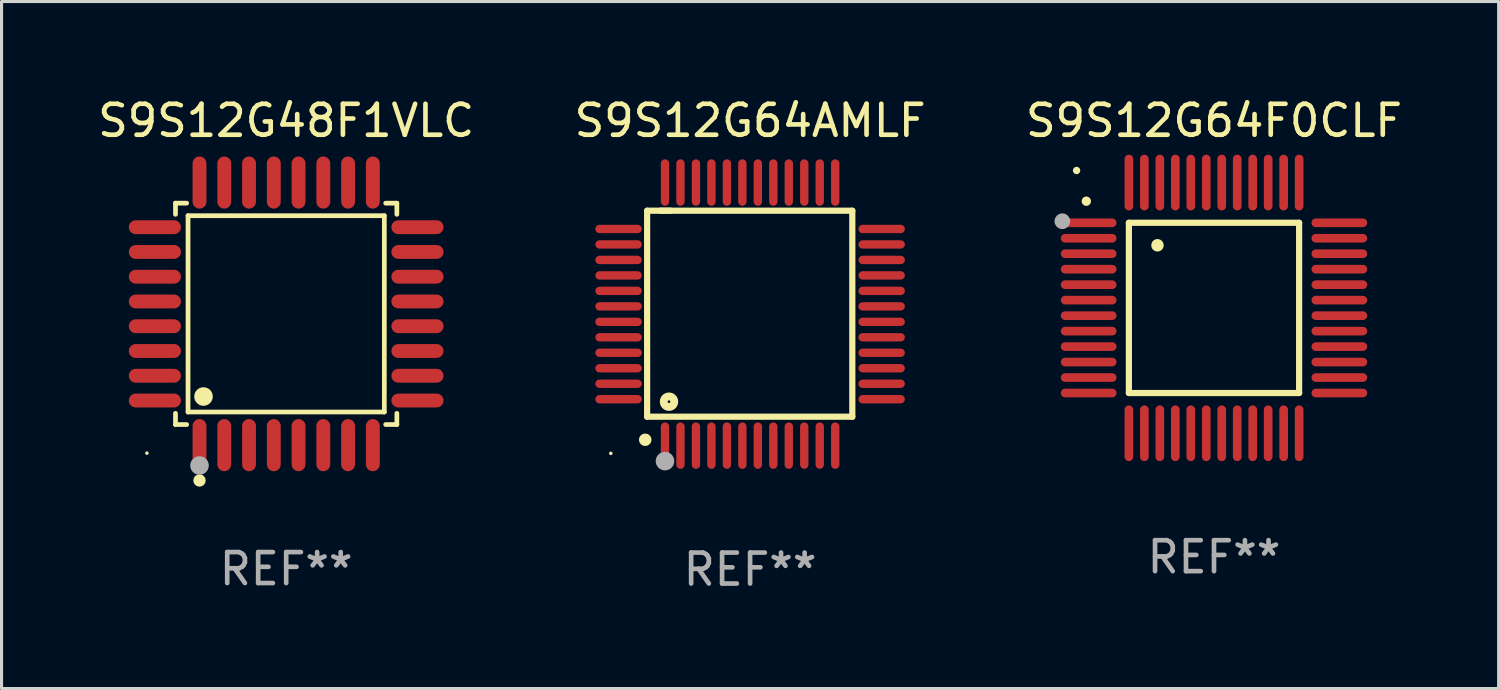
<source format=kicad_pcb>
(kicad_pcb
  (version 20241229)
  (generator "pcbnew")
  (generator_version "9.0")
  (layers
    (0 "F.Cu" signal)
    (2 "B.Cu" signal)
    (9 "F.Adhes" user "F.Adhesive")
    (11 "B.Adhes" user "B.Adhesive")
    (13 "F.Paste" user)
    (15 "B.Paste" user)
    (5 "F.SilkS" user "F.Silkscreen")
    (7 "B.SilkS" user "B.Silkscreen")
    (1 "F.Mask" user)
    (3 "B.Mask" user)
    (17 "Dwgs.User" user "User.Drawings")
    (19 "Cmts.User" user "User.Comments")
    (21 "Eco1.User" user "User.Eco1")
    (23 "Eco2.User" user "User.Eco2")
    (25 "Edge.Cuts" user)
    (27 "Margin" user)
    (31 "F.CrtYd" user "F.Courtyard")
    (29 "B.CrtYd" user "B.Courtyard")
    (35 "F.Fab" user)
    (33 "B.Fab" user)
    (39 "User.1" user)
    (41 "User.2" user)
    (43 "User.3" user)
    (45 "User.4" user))
  (footprint "S9S12G64AMLF"
    (layer "F.Cu")
    (at 21.185 7.098)
    (property "Reference" "S9S12G64AMLF" (at 0 -6.25 0) (layer "F.SilkS") (effects (font (size 1 1) (thickness 0.15))))
    (attr through_hole)
    (fp_line (start -3.327 -3.34) (end -2.565 -3.34) (stroke (width 0.2) (type solid)) (layer "F.SilkS"))
    (fp_line (start -3.327 3.315) (end -3.327 -3.34) (stroke (width 0.2) (type solid)) (layer "F.SilkS"))
    (fp_line (start -2.896 -3.34) (end 3.302 -3.34) (stroke (width 0.2) (type solid)) (layer "F.SilkS"))
    (fp_line (start 3.302 -3.34) (end 3.302 3.315) (stroke (width 0.2) (type solid)) (layer "F.SilkS"))
    (fp_line (start 3.302 3.315) (end -3.327 3.315) (stroke (width 0.2) (type solid)) (layer "F.SilkS"))
    (fp_arc (start -3.389992 4.059995) (mid -3.388722 4.059991) (end -3.387452 4.059995) (stroke (width 0.4) (type solid)) (layer "F.SilkS"))
    (fp_circle (center -4.5 4.5) (end -4.47 4.5) (stroke (width 0.06) (type solid)) (fill no) (layer "F.SilkS"))
    (fp_circle (center -2.62 2.83) (end -2.45 2.83) (stroke (width 0.254) (type solid)) (fill no) (layer "F.SilkS"))
    (fp_circle (center -2.75 4.75) (end -2.6 4.75) (stroke (width 0.3) (type solid)) (fill no) (layer "F.Fab"))
    (fp_text user "REF**" (at 0 8.25 0) (layer "F.Fab") (effects (font (size 1 1) (thickness 0.15))))
    (pad "1" smd oval (at -2.75 4.25) (size 0.27 1.5) (layers "F.Cu" "F.Mask" "F.Paste"))
    (pad "2" smd oval (at -2.25 4.25) (size 0.27 1.5) (layers "F.Cu" "F.Mask" "F.Paste"))
    (pad "3" smd oval (at -1.75 4.25) (size 0.27 1.5) (layers "F.Cu" "F.Mask" "F.Paste"))
    (pad "4" smd oval (at -1.25 4.25) (size 0.27 1.5) (layers "F.Cu" "F.Mask" "F.Paste"))
    (pad "5" smd oval (at -0.75 4.25) (size 0.27 1.5) (layers "F.Cu" "F.Mask" "F.Paste"))
    (pad "6" smd oval (at -0.25 4.25) (size 0.27 1.5) (layers "F.Cu" "F.Mask" "F.Paste"))
    (pad "7" smd oval (at 0.25 4.25) (size 0.27 1.5) (layers "F.Cu" "F.Mask" "F.Paste"))
    (pad "8" smd oval (at 0.75 4.25) (size 0.27 1.5) (layers "F.Cu" "F.Mask" "F.Paste"))
    (pad "9" smd oval (at 1.25 4.25) (size 0.27 1.5) (layers "F.Cu" "F.Mask" "F.Paste"))
    (pad "10" smd oval (at 1.75 4.25) (size 0.27 1.5) (layers "F.Cu" "F.Mask" "F.Paste"))
    (pad "11" smd oval (at 2.25 4.25) (size 0.27 1.5) (layers "F.Cu" "F.Mask" "F.Paste"))
    (pad "12" smd oval (at 2.75 4.25) (size 0.27 1.5) (layers "F.Cu" "F.Mask" "F.Paste"))
    (pad "13" smd oval (at 4.25 2.75) (size 1.5 0.27) (layers "F.Cu" "F.Mask" "F.Paste"))
    (pad "14" smd oval (at 4.25 2.25) (size 1.5 0.27) (layers "F.Cu" "F.Mask" "F.Paste"))
    (pad "15" smd oval (at 4.25 1.75) (size 1.5 0.27) (layers "F.Cu" "F.Mask" "F.Paste"))
    (pad "16" smd oval (at 4.25 1.25) (size 1.5 0.27) (layers "F.Cu" "F.Mask" "F.Paste"))
    (pad "17" smd oval (at 4.25 0.75) (size 1.5 0.27) (layers "F.Cu" "F.Mask" "F.Paste"))
    (pad "18" smd oval (at 4.25 0.25) (size 1.5 0.27) (layers "F.Cu" "F.Mask" "F.Paste"))
    (pad "19" smd oval (at 4.25 -0.25) (size 1.5 0.27) (layers "F.Cu" "F.Mask" "F.Paste"))
    (pad "20" smd oval (at 4.25 -0.75) (size 1.5 0.27) (layers "F.Cu" "F.Mask" "F.Paste"))
    (pad "21" smd oval (at 4.25 -1.25) (size 1.5 0.27) (layers "F.Cu" "F.Mask" "F.Paste"))
    (pad "22" smd oval (at 4.25 -1.75) (size 1.5 0.27) (layers "F.Cu" "F.Mask" "F.Paste"))
    (pad "23" smd oval (at 4.25 -2.25) (size 1.5 0.27) (layers "F.Cu" "F.Mask" "F.Paste"))
    (pad "24" smd oval (at 4.25 -2.75) (size 1.5 0.27) (layers "F.Cu" "F.Mask" "F.Paste"))
    (pad "25" smd oval (at 2.75 -4.25) (size 0.27 1.5) (layers "F.Cu" "F.Mask" "F.Paste"))
    (pad "26" smd oval (at 2.25 -4.25) (size 0.27 1.5) (layers "F.Cu" "F.Mask" "F.Paste"))
    (pad "27" smd oval (at 1.75 -4.25) (size 0.27 1.5) (layers "F.Cu" "F.Mask" "F.Paste"))
    (pad "28" smd oval (at 1.25 -4.25) (size 0.27 1.5) (layers "F.Cu" "F.Mask" "F.Paste"))
    (pad "29" smd oval (at 0.75 -4.25) (size 0.27 1.5) (layers "F.Cu" "F.Mask" "F.Paste"))
    (pad "30" smd oval (at 0.25 -4.25) (size 0.27 1.5) (layers "F.Cu" "F.Mask" "F.Paste"))
    (pad "31" smd oval (at -0.25 -4.25) (size 0.27 1.5) (layers "F.Cu" "F.Mask" "F.Paste"))
    (pad "32" smd oval (at -0.75 -4.25) (size 0.27 1.5) (layers "F.Cu" "F.Mask" "F.Paste"))
    (pad "33" smd oval (at -1.25 -4.25) (size 0.27 1.5) (layers "F.Cu" "F.Mask" "F.Paste"))
    (pad "34" smd oval (at -1.75 -4.25) (size 0.27 1.5) (layers "F.Cu" "F.Mask" "F.Paste"))
    (pad "35" smd oval (at -2.25 -4.25) (size 0.27 1.5) (layers "F.Cu" "F.Mask" "F.Paste"))
    (pad "36" smd oval (at -2.75 -4.25) (size 0.27 1.5) (layers "F.Cu" "F.Mask" "F.Paste"))
    (pad "37" smd oval (at -4.25 -2.75) (size 1.5 0.27) (layers "F.Cu" "F.Mask" "F.Paste"))
    (pad "38" smd oval (at -4.25 -2.25) (size 1.5 0.27) (layers "F.Cu" "F.Mask" "F.Paste"))
    (pad "39" smd oval (at -4.25 -1.75) (size 1.5 0.27) (layers "F.Cu" "F.Mask" "F.Paste"))
    (pad "40" smd oval (at -4.25 -1.25) (size 1.5 0.27) (layers "F.Cu" "F.Mask" "F.Paste"))
    (pad "41" smd oval (at -4.25 -0.75) (size 1.5 0.27) (layers "F.Cu" "F.Mask" "F.Paste"))
    (pad "42" smd oval (at -4.25 -0.25) (size 1.5 0.27) (layers "F.Cu" "F.Mask" "F.Paste"))
    (pad "43" smd oval (at -4.25 0.25) (size 1.5 0.27) (layers "F.Cu" "F.Mask" "F.Paste"))
    (pad "44" smd oval (at -4.25 0.75) (size 1.5 0.27) (layers "F.Cu" "F.Mask" "F.Paste"))
    (pad "45" smd oval (at -4.25 1.25) (size 1.5 0.27) (layers "F.Cu" "F.Mask" "F.Paste"))
    (pad "46" smd oval (at -4.25 1.75) (size 1.5 0.27) (layers "F.Cu" "F.Mask" "F.Paste"))
    (pad "47" smd oval (at -4.25 2.25) (size 1.5 0.27) (layers "F.Cu" "F.Mask" "F.Paste"))
    (pad "48" smd oval (at -4.25 2.75) (size 1.5 0.27) (layers "F.Cu" "F.Mask" "F.Paste")))
  (footprint "S9S12G48F1VLC"
    (layer "F.Cu")
    (at 6.196 7.09)
    (property "Reference" "S9S12G48F1VLC" (at 0 -6.242 0) (layer "F.SilkS") (effects (font (size 1 1) (thickness 0.15))))
    (attr through_hole)
    (fp_line (start -3.576 -3.576) (end -3.215 -3.576) (stroke (width 0.152) (type solid)) (layer "F.SilkS"))
    (fp_line (start -3.576 -3.215) (end -3.576 -3.576) (stroke (width 0.152) (type solid)) (layer "F.SilkS"))
    (fp_line (start -3.576 3.215) (end -3.576 3.576) (stroke (width 0.152) (type solid)) (layer "F.SilkS"))
    (fp_line (start -3.576 3.576) (end -3.215 3.576) (stroke (width 0.152) (type solid)) (layer "F.SilkS"))
    (fp_line (start -3.171 -3.171) (end 3.171 -3.171) (stroke (width 0.152) (type solid)) (layer "F.SilkS"))
    (fp_line (start -3.171 3.171) (end -3.171 -3.171) (stroke (width 0.152) (type solid)) (layer "F.SilkS"))
    (fp_line (start 3.171 -3.171) (end 3.171 3.171) (stroke (width 0.152) (type solid)) (layer "F.SilkS"))
    (fp_line (start 3.171 3.171) (end -3.171 3.171) (stroke (width 0.152) (type solid)) (layer "F.SilkS"))
    (fp_line (start 3.576 -3.576) (end 3.215 -3.576) (stroke (width 0.152) (type solid)) (layer "F.SilkS"))
    (fp_line (start 3.576 -3.215) (end 3.576 -3.576) (stroke (width 0.152) (type solid)) (layer "F.SilkS"))
    (fp_line (start 3.576 3.215) (end 3.576 3.576) (stroke (width 0.152) (type solid)) (layer "F.SilkS"))
    (fp_line (start 3.576 3.576) (end 3.215 3.576) (stroke (width 0.152) (type solid)) (layer "F.SilkS"))
    (fp_circle (center -4.5 4.5) (end -4.47 4.5) (stroke (width 0.06) (type solid)) (fill no) (layer "F.SilkS"))
    (fp_circle (center -2.8 5.384) (end -2.7 5.384) (stroke (width 0.2) (type solid)) (fill no) (layer "F.SilkS"))
    (fp_circle (center -2.671 2.671) (end -2.521 2.671) (stroke (width 0.3) (type solid)) (fill no) (layer "F.SilkS"))
    (fp_circle (center -2.8 4.9) (end -2.65 4.9) (stroke (width 0.3) (type solid)) (fill no) (layer "F.Fab"))
    (fp_text user "REF**" (at 0 8.242 0) (layer "F.Fab") (effects (font (size 1 1) (thickness 0.15))))
    (pad "1" smd oval (at -2.8 4.242) (size 0.448 1.684) (layers "F.Cu" "F.Mask" "F.Paste"))
    (pad "2" smd oval (at -2 4.242) (size 0.448 1.684) (layers "F.Cu" "F.Mask" "F.Paste"))
    (pad "3" smd oval (at -1.2 4.242) (size 0.448 1.684) (layers "F.Cu" "F.Mask" "F.Paste"))
    (pad "4" smd oval (at -0.4 4.242) (size 0.448 1.684) (layers "F.Cu" "F.Mask" "F.Paste"))
    (pad "5" smd oval (at 0.4 4.242) (size 0.448 1.684) (layers "F.Cu" "F.Mask" "F.Paste"))
    (pad "6" smd oval (at 1.2 4.242) (size 0.448 1.684) (layers "F.Cu" "F.Mask" "F.Paste"))
    (pad "7" smd oval (at 2 4.242) (size 0.448 1.684) (layers "F.Cu" "F.Mask" "F.Paste"))
    (pad "8" smd oval (at 2.8 4.242) (size 0.448 1.684) (layers "F.Cu" "F.Mask" "F.Paste"))
    (pad "9" smd oval (at 4.242 2.8) (size 1.684 0.448) (layers "F.Cu" "F.Mask" "F.Paste"))
    (pad "10" smd oval (at 4.242 2) (size 1.684 0.448) (layers "F.Cu" "F.Mask" "F.Paste"))
    (pad "11" smd oval (at 4.242 1.2) (size 1.684 0.448) (layers "F.Cu" "F.Mask" "F.Paste"))
    (pad "12" smd oval (at 4.242 0.4) (size 1.684 0.448) (layers "F.Cu" "F.Mask" "F.Paste"))
    (pad "13" smd oval (at 4.242 -0.4) (size 1.684 0.448) (layers "F.Cu" "F.Mask" "F.Paste"))
    (pad "14" smd oval (at 4.242 -1.2) (size 1.684 0.448) (layers "F.Cu" "F.Mask" "F.Paste"))
    (pad "15" smd oval (at 4.242 -2) (size 1.684 0.448) (layers "F.Cu" "F.Mask" "F.Paste"))
    (pad "16" smd oval (at 4.242 -2.8) (size 1.684 0.448) (layers "F.Cu" "F.Mask" "F.Paste"))
    (pad "17" smd oval (at 2.8 -4.242) (size 0.448 1.684) (layers "F.Cu" "F.Mask" "F.Paste"))
    (pad "18" smd oval (at 2 -4.242) (size 0.448 1.684) (layers "F.Cu" "F.Mask" "F.Paste"))
    (pad "19" smd oval (at 1.2 -4.242) (size 0.448 1.684) (layers "F.Cu" "F.Mask" "F.Paste"))
    (pad "20" smd oval (at 0.4 -4.242) (size 0.448 1.684) (layers "F.Cu" "F.Mask" "F.Paste"))
    (pad "21" smd oval (at -0.4 -4.242) (size 0.448 1.684) (layers "F.Cu" "F.Mask" "F.Paste"))
    (pad "22" smd oval (at -1.2 -4.242) (size 0.448 1.684) (layers "F.Cu" "F.Mask" "F.Paste"))
    (pad "23" smd oval (at -2 -4.242) (size 0.448 1.684) (layers "F.Cu" "F.Mask" "F.Paste"))
    (pad "24" smd oval (at -2.8 -4.242) (size 0.448 1.684) (layers "F.Cu" "F.Mask" "F.Paste"))
    (pad "25" smd oval (at -4.242 -2.8) (size 1.684 0.448) (layers "F.Cu" "F.Mask" "F.Paste"))
    (pad "26" smd oval (at -4.242 -2) (size 1.684 0.448) (layers "F.Cu" "F.Mask" "F.Paste"))
    (pad "27" smd oval (at -4.242 -1.2) (size 1.684 0.448) (layers "F.Cu" "F.Mask" "F.Paste"))
    (pad "28" smd oval (at -4.242 -0.4) (size 1.684 0.448) (layers "F.Cu" "F.Mask" "F.Paste"))
    (pad "29" smd oval (at -4.242 0.4) (size 1.684 0.448) (layers "F.Cu" "F.Mask" "F.Paste"))
    (pad "30" smd oval (at -4.242 1.2) (size 1.684 0.448) (layers "F.Cu" "F.Mask" "F.Paste"))
    (pad "31" smd oval (at -4.242 2) (size 1.684 0.448) (layers "F.Cu" "F.Mask" "F.Paste"))
    (pad "32" smd oval (at -4.242 2.8) (size 1.684 0.448) (layers "F.Cu" "F.Mask" "F.Paste")))
  (footprint "S9S12G64F0CLF"
    (layer "F.Cu")
    (at 36.173 6.898)
    (property "Reference" "S9S12G64F0CLF" (at 0 -6.05 0) (layer "F.SilkS") (effects (font (size 1 1) (thickness 0.15))))
    (attr through_hole)
    (fp_line (start -2.75 -2.75) (end 2.75 -2.75) (stroke (width 0.2) (type solid)) (layer "F.SilkS"))
    (fp_line (start -2.75 2.75) (end -2.75 -2.75) (stroke (width 0.2) (type solid)) (layer "F.SilkS"))
    (fp_line (start 2.75 -2.75) (end 2.75 2.75) (stroke (width 0.2) (type solid)) (layer "F.SilkS"))
    (fp_line (start 2.75 2.75) (end -2.75 2.75) (stroke (width 0.2) (type solid)) (layer "F.SilkS"))
    (fp_arc (start -4.124968 -3.446787) (mid -4.124973 -3.448057) (end -4.124968 -3.449327) (stroke (width 0.3) (type solid)) (layer "F.SilkS"))
    (fp_arc (start -1.826264 -2.021844) (mid -1.826268 -2.023114) (end -1.826264 -2.024384) (stroke (width 0.4) (type solid)) (layer "F.SilkS"))
    (fp_circle (center -4.44 -4.44) (end -4.38 -4.44) (stroke (width 0.12) (type solid)) (fill no) (layer "F.SilkS"))
    (fp_circle (center -4.9 -2.8) (end -4.773 -2.8) (stroke (width 0.254) (type solid)) (fill no) (layer "F.Fab"))
    (fp_text user "REF**" (at 0 8.05 0) (layer "F.Fab") (effects (font (size 1 1) (thickness 0.15))))
    (pad "1" smd oval (at -4.05 -2.75 90) (size 0.28 1.8) (layers "F.Cu" "F.Mask" "F.Paste"))
    (pad "2" smd oval (at -4.05 -2.25 90) (size 0.28 1.8) (layers "F.Cu" "F.Mask" "F.Paste"))
    (pad "3" smd oval (at -4.05 -1.75 90) (size 0.28 1.8) (layers "F.Cu" "F.Mask" "F.Paste"))
    (pad "4" smd oval (at -4.05 -1.25 90) (size 0.28 1.8) (layers "F.Cu" "F.Mask" "F.Paste"))
    (pad "5" smd oval (at -4.05 -0.75 90) (size 0.28 1.8) (layers "F.Cu" "F.Mask" "F.Paste"))
    (pad "6" smd oval (at -4.05 -0.25 90) (size 0.28 1.8) (layers "F.Cu" "F.Mask" "F.Paste"))
    (pad "7" smd oval (at -4.05 0.25 90) (size 0.28 1.8) (layers "F.Cu" "F.Mask" "F.Paste"))
    (pad "8" smd oval (at -4.05 0.75 90) (size 0.28 1.8) (layers "F.Cu" "F.Mask" "F.Paste"))
    (pad "9" smd oval (at -4.05 1.25 90) (size 0.28 1.8) (layers "F.Cu" "F.Mask" "F.Paste"))
    (pad "10" smd oval (at -4.05 1.75 90) (size 0.28 1.8) (layers "F.Cu" "F.Mask" "F.Paste"))
    (pad "11" smd oval (at -4.05 2.25 90) (size 0.28 1.8) (layers "F.Cu" "F.Mask" "F.Paste"))
    (pad "12" smd oval (at -4.05 2.75 90) (size 0.28 1.8) (layers "F.Cu" "F.Mask" "F.Paste"))
    (pad "13" smd oval (at -2.75 4.05) (size 0.28 1.8) (layers "F.Cu" "F.Mask" "F.Paste"))
    (pad "14" smd oval (at -2.25 4.05) (size 0.28 1.8) (layers "F.Cu" "F.Mask" "F.Paste"))
    (pad "15" smd oval (at -1.75 4.05) (size 0.28 1.8) (layers "F.Cu" "F.Mask" "F.Paste"))
    (pad "16" smd oval (at -1.25 4.05) (size 0.28 1.8) (layers "F.Cu" "F.Mask" "F.Paste"))
    (pad "17" smd oval (at -0.75 4.05) (size 0.28 1.8) (layers "F.Cu" "F.Mask" "F.Paste"))
    (pad "18" smd oval (at -0.25 4.05) (size 0.28 1.8) (layers "F.Cu" "F.Mask" "F.Paste"))
    (pad "19" smd oval (at 0.25 4.05) (size 0.28 1.8) (layers "F.Cu" "F.Mask" "F.Paste"))
    (pad "20" smd oval (at 0.75 4.05) (size 0.28 1.8) (layers "F.Cu" "F.Mask" "F.Paste"))
    (pad "21" smd oval (at 1.25 4.05) (size 0.28 1.8) (layers "F.Cu" "F.Mask" "F.Paste"))
    (pad "22" smd oval (at 1.75 4.05) (size 0.28 1.8) (layers "F.Cu" "F.Mask" "F.Paste"))
    (pad "23" smd oval (at 2.25 4.05) (size 0.28 1.8) (layers "F.Cu" "F.Mask" "F.Paste"))
    (pad "24" smd oval (at 2.75 4.05) (size 0.28 1.8) (layers "F.Cu" "F.Mask" "F.Paste"))
    (pad "25" smd oval (at 4.05 2.75 90) (size 0.28 1.8) (layers "F.Cu" "F.Mask" "F.Paste"))
    (pad "26" smd oval (at 4.05 2.25 90) (size 0.28 1.8) (layers "F.Cu" "F.Mask" "F.Paste"))
    (pad "27" smd oval (at 4.05 1.75 90) (size 0.28 1.8) (layers "F.Cu" "F.Mask" "F.Paste"))
    (pad "28" smd oval (at 4.05 1.25 90) (size 0.28 1.8) (layers "F.Cu" "F.Mask" "F.Paste"))
    (pad "29" smd oval (at 4.05 0.75 90) (size 0.28 1.8) (layers "F.Cu" "F.Mask" "F.Paste"))
    (pad "30" smd oval (at 4.05 0.25 90) (size 0.28 1.8) (layers "F.Cu" "F.Mask" "F.Paste"))
    (pad "31" smd oval (at 4.05 -0.25 90) (size 0.28 1.8) (layers "F.Cu" "F.Mask" "F.Paste"))
    (pad "32" smd oval (at 4.05 -0.75 90) (size 0.28 1.8) (layers "F.Cu" "F.Mask" "F.Paste"))
    (pad "33" smd oval (at 4.05 -1.25 90) (size 0.28 1.8) (layers "F.Cu" "F.Mask" "F.Paste"))
    (pad "34" smd oval (at 4.05 -1.75 90) (size 0.28 1.8) (layers "F.Cu" "F.Mask" "F.Paste"))
    (pad "35" smd oval (at 4.05 -2.25 90) (size 0.28 1.8) (layers "F.Cu" "F.Mask" "F.Paste"))
    (pad "36" smd oval (at 4.05 -2.75 90) (size 0.28 1.8) (layers "F.Cu" "F.Mask" "F.Paste"))
    (pad "37" smd oval (at 2.75 -4.05) (size 0.28 1.8) (layers "F.Cu" "F.Mask" "F.Paste"))
    (pad "38" smd oval (at 2.25 -4.05) (size 0.28 1.8) (layers "F.Cu" "F.Mask" "F.Paste"))
    (pad "39" smd oval (at 1.75 -4.05) (size 0.28 1.8) (layers "F.Cu" "F.Mask" "F.Paste"))
    (pad "40" smd oval (at 1.25 -4.05) (size 0.28 1.8) (layers "F.Cu" "F.Mask" "F.Paste"))
    (pad "41" smd oval (at 0.75 -4.05) (size 0.28 1.8) (layers "F.Cu" "F.Mask" "F.Paste"))
    (pad "42" smd oval (at 0.25 -4.05) (size 0.28 1.8) (layers "F.Cu" "F.Mask" "F.Paste"))
    (pad "43" smd oval (at -0.25 -4.05) (size 0.28 1.8) (layers "F.Cu" "F.Mask" "F.Paste"))
    (pad "44" smd oval (at -0.75 -4.05) (size 0.28 1.8) (layers "F.Cu" "F.Mask" "F.Paste"))
    (pad "45" smd oval (at -1.25 -4.05) (size 0.28 1.8) (layers "F.Cu" "F.Mask" "F.Paste"))
    (pad "46" smd oval (at -1.75 -4.05) (size 0.28 1.8) (layers "F.Cu" "F.Mask" "F.Paste"))
    (pad "47" smd oval (at -2.25 -4.05) (size 0.28 1.8) (layers "F.Cu" "F.Mask" "F.Paste"))
    (pad "48" smd oval (at -2.75 -4.05) (size 0.28 1.8) (layers "F.Cu" "F.Mask" "F.Paste")))
  (gr_rect
    (start -3 -3)
    (end 45.369 19.196)
    (stroke (width 0.1) (type default))
    (fill no)
    (layer "Edge.Cuts")))
</source>
